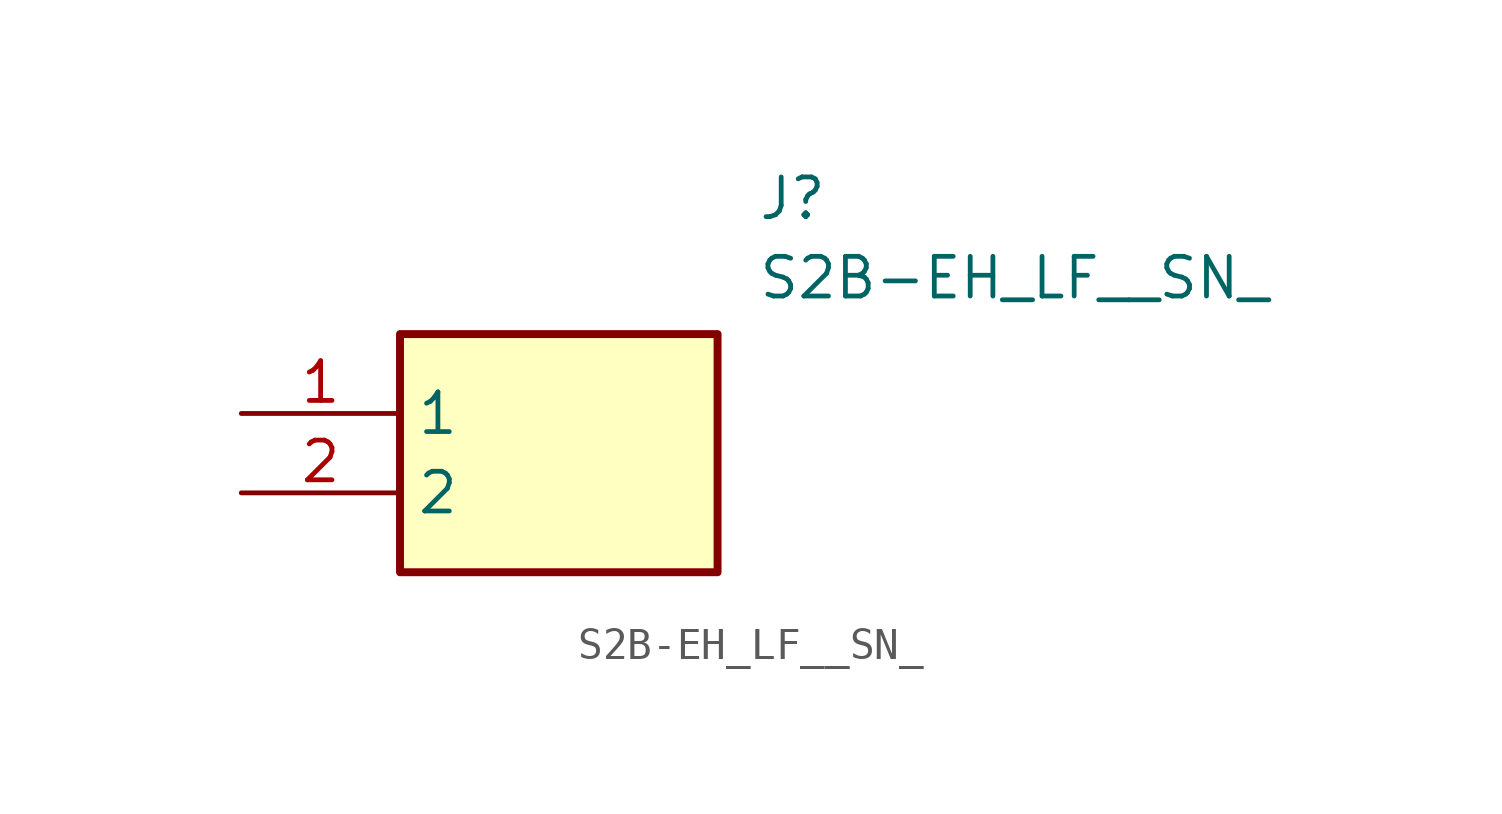
<source format=kicad_sym>
(kicad_symbol_lib
  (version 20211014)
  (generator SamacSys_ECAD_Model)
  (symbol "S2B-EH_LF__SN_"
    (property "Reference" "J"
      (at 16.51 7.62 0)
      (effects (font (size 1.27 1.27)) (justify left top)))
    (property "Value" "S2B-EH_LF__SN_"
      (at 16.51 5.08 0)
      (effects (font (size 1.27 1.27)) (justify left top)))
    (rectangle
      (start 5.08 2.54)
      (end 15.24 -5.08)
      (stroke (width 0.254) (type default))
      (fill (type background)))
    (pin passive line
      (at 0 0 0)
      (length 5.08)
      (name "1" (effects (font (size 1.27 1.27))))
      (number "1" (effects (font (size 1.27 1.27)))))
    (pin passive line
      (at 0 -2.54 0)
      (length 5.08)
      (name "2" (effects (font (size 1.27 1.27))))
      (number "2" (effects (font (size 1.27 1.27)))))))
</source>
